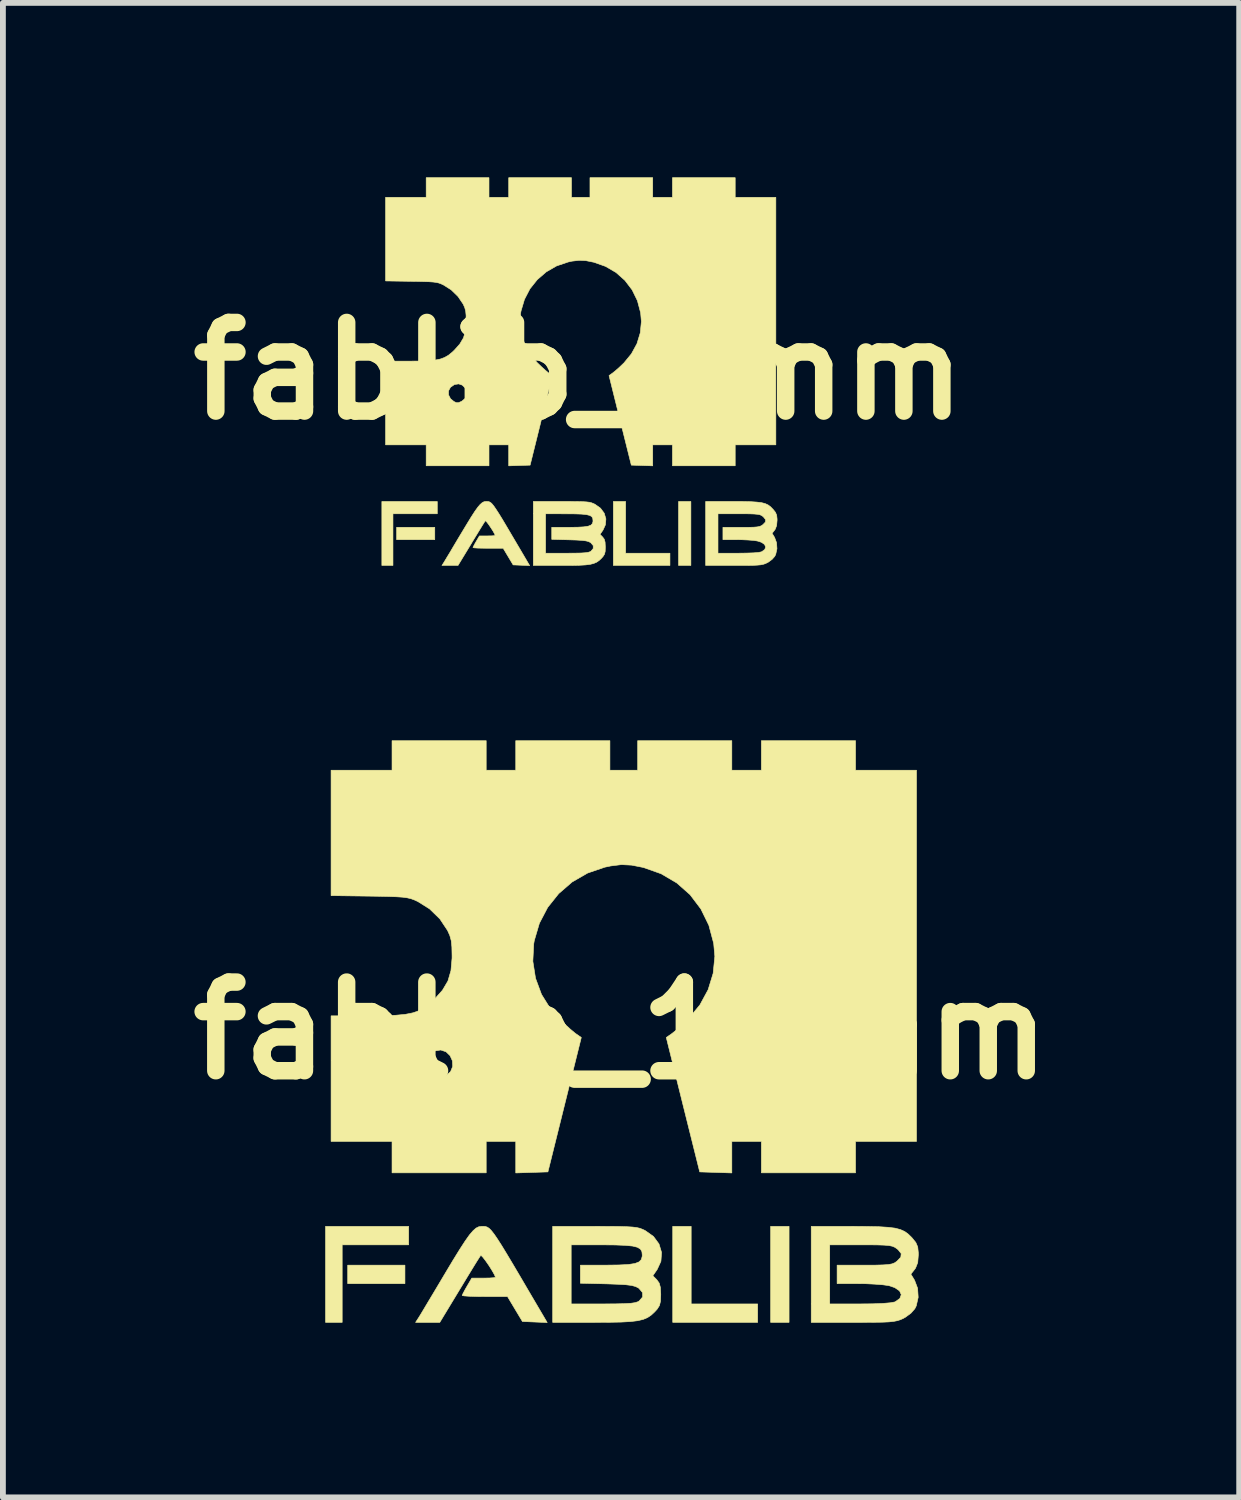
<source format=kicad_pcb>
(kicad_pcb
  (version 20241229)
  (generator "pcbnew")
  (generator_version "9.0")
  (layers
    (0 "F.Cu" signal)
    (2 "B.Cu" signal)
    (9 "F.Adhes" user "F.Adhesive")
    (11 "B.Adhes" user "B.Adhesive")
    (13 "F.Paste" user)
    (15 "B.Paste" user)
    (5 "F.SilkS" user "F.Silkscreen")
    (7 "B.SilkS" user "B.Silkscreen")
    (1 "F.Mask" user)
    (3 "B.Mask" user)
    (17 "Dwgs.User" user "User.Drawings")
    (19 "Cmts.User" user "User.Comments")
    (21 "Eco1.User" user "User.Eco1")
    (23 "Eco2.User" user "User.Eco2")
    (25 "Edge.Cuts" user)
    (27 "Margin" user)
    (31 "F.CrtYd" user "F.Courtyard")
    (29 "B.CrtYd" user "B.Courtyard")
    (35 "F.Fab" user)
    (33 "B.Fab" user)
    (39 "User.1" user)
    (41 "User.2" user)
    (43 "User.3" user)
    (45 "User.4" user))
  (footprint "fablib_7mm"
    (layer "F.Cu")
    (at 6.902 3.328)
    (property "Reference" "fablib_7mm" (at 0 0 0) (layer "F.SilkS") (effects (font (size 1.524 1.524) (thickness 0.3))))
    (attr through_hole)
    (fp_poly (pts (xy -2.477 2.9) (xy -3.133 2.9) (xy -3.133 2.688) (xy -2.477 2.688) (xy -2.477 2.9)) (stroke (width 0.01) (type solid)) (fill yes) (layer "F.SilkS"))
    (fp_poly (pts (xy 1.926 3.344) (xy 1.714 3.344) (xy 1.714 2.244) (xy 1.926 2.244) (xy 1.926 3.344)) (stroke (width 0.01) (type solid)) (fill yes) (layer "F.SilkS"))
    (fp_poly (pts (xy -2.434 2.455) (xy -3.196 2.455) (xy -3.196 3.344) (xy -3.387 3.344) (xy -3.387 2.244) (xy -2.434 2.244) (xy -2.434 2.455)) (stroke (width 0.01) (type solid)) (fill yes) (layer "F.SilkS"))
    (fp_poly (pts (xy 0.804 3.133) (xy 1.566 3.133) (xy 1.566 3.344) (xy 0.593 3.344) (xy 0.593 2.244) (xy 0.804 2.244) (xy 0.804 3.133)) (stroke (width 0.01) (type solid)) (fill yes) (layer "F.SilkS"))
    (fp_poly (pts (xy -1.554 2.245) (xy -1.534 2.252) (xy -1.512 2.266) (xy -1.487 2.291) (xy -1.457 2.329) (xy -1.419 2.385) (xy -1.371 2.459) (xy -1.311 2.557) (xy -1.238 2.68) (xy -1.149 2.831) (xy -1.041 3.014) (xy -0.955 3.16) (xy -0.846 3.346) (xy -1.13 3.334) (xy -1.301 3.048) (xy -1.561 3.048) (xy -1.66 3.047) (xy -1.742 3.045) (xy -1.798 3.041) (xy -1.82 3.036) (xy -1.82 3.036) (xy -1.81 3.012) (xy -1.785 2.965) (xy -1.765 2.93) (xy -1.71 2.836) (xy -1.575 2.836) (xy -1.505 2.835) (xy -1.457 2.832) (xy -1.439 2.827) (xy -1.45 2.799) (xy -1.476 2.752) (xy -1.512 2.696) (xy -1.55 2.64) (xy -1.583 2.597) (xy -1.605 2.576) (xy -1.608 2.576) (xy -1.623 2.598) (xy -1.657 2.652) (xy -1.705 2.73) (xy -1.764 2.827) (xy -1.832 2.938) (xy -1.85 2.969) (xy -2.078 3.344) (xy -2.354 3.344) (xy -2.324 3.297) (xy -2.305 3.266) (xy -2.268 3.204) (xy -2.215 3.117) (xy -2.152 3.01) (xy -2.08 2.889) (xy -2.023 2.794) (xy -1.927 2.635) (xy -1.85 2.509) (xy -1.788 2.413) (xy -1.737 2.342) (xy -1.696 2.294) (xy -1.661 2.264) (xy -1.63 2.248) (xy -1.6 2.244) (xy -1.599 2.244) (xy -1.575 2.244) (xy -1.554 2.245)) (stroke (width 0.01) (type solid)) (fill yes) (layer "F.SilkS"))
    (fp_poly (pts (xy -0.145 2.244) (xy -0.025 2.245) (xy 0.065 2.247) (xy 0.131 2.251) (xy 0.18 2.257) (xy 0.217 2.266) (xy 0.25 2.279) (xy 0.276 2.291) (xy 0.372 2.359) (xy 0.436 2.445) (xy 0.465 2.543) (xy 0.457 2.644) (xy 0.415 2.736) (xy 0.364 2.81) (xy 0.41 2.856) (xy 0.437 2.893) (xy 0.451 2.943) (xy 0.455 3.021) (xy 0.455 3.026) (xy 0.453 3.101) (xy 0.441 3.15) (xy 0.414 3.192) (xy 0.385 3.224) (xy 0.346 3.26) (xy 0.305 3.288) (xy 0.256 3.309) (xy 0.193 3.325) (xy 0.11 3.335) (xy 0.002 3.341) (xy -0.137 3.344) (xy -0.312 3.344) (xy -0.315 3.344) (xy -0.783 3.344) (xy -0.783 3.133) (xy -0.572 3.133) (xy -0.206 3.133) (xy -0.066 3.132) (xy 0.037 3.13) (xy 0.111 3.125) (xy 0.161 3.118) (xy 0.194 3.107) (xy 0.207 3.1) (xy 0.247 3.053) (xy 0.247 3.002) (xy 0.206 2.954) (xy 0.197 2.948) (xy 0.165 2.932) (xy 0.12 2.921) (xy 0.055 2.913) (xy -0.038 2.907) (xy -0.163 2.903) (xy -0.466 2.895) (xy -0.466 2.688) (xy -0.164 2.688) (xy -0.021 2.686) (xy 0.085 2.68) (xy 0.159 2.669) (xy 0.207 2.651) (xy 0.233 2.624) (xy 0.243 2.588) (xy 0.243 2.572) (xy 0.239 2.533) (xy 0.222 2.504) (xy 0.189 2.484) (xy 0.133 2.47) (xy 0.049 2.461) (xy -0.066 2.457) (xy -0.217 2.456) (xy -0.572 2.455) (xy -0.572 3.133) (xy -0.783 3.133) (xy -0.783 2.244) (xy -0.301 2.244) (xy -0.145 2.244)) (stroke (width 0.01) (type solid)) (fill yes) (layer "F.SilkS"))
    (fp_poly (pts (xy 2.813 2.244) (xy 2.951 2.247) (xy 3.058 2.254) (xy 3.141 2.264) (xy 3.203 2.28) (xy 3.253 2.303) (xy 3.294 2.333) (xy 3.332 2.372) (xy 3.335 2.374) (xy 3.379 2.429) (xy 3.401 2.479) (xy 3.408 2.544) (xy 3.408 2.569) (xy 3.4 2.658) (xy 3.376 2.721) (xy 3.365 2.737) (xy 3.322 2.791) (xy 3.365 2.861) (xy 3.399 2.953) (xy 3.406 3.057) (xy 3.384 3.155) (xy 3.367 3.188) (xy 3.323 3.238) (xy 3.26 3.285) (xy 3.234 3.299) (xy 3.201 3.314) (xy 3.167 3.325) (xy 3.125 3.333) (xy 3.07 3.338) (xy 2.994 3.342) (xy 2.893 3.344) (xy 2.759 3.344) (xy 2.66 3.344) (xy 2.18 3.344) (xy 2.18 2.455) (xy 2.392 2.455) (xy 2.392 3.133) (xy 2.74 3.133) (xy 2.884 3.131) (xy 3.002 3.127) (xy 3.088 3.12) (xy 3.137 3.11) (xy 3.141 3.109) (xy 3.196 3.07) (xy 3.212 3.026) (xy 3.192 2.982) (xy 3.138 2.945) (xy 3.068 2.923) (xy 3.002 2.913) (xy 2.908 2.906) (xy 2.799 2.901) (xy 2.719 2.9) (xy 2.477 2.9) (xy 2.477 2.688) (xy 2.791 2.688) (xy 2.915 2.688) (xy 3.003 2.686) (xy 3.065 2.681) (xy 3.107 2.673) (xy 3.137 2.661) (xy 3.162 2.644) (xy 3.207 2.598) (xy 3.211 2.556) (xy 3.175 2.511) (xy 3.162 2.499) (xy 3.138 2.483) (xy 3.11 2.471) (xy 3.071 2.464) (xy 3.014 2.459) (xy 2.932 2.456) (xy 2.818 2.455) (xy 2.749 2.455) (xy 2.392 2.455) (xy 2.18 2.455) (xy 2.18 2.244) (xy 2.638 2.244) (xy 2.813 2.244)) (stroke (width 0.01) (type solid)) (fill yes) (layer "F.SilkS"))
    (fp_poly (pts (xy -1.545 -2.985) (xy -1.206 -2.985) (xy -1.206 -3.323) (xy -0.127 -3.323) (xy -0.127 -2.985) (xy 0.191 -2.985) (xy 0.191 -3.323) (xy 1.27 -3.323) (xy 1.27 -2.985) (xy 1.609 -2.985) (xy 1.609 -3.323) (xy 2.688 -3.323) (xy 2.688 -2.985) (xy 3.387 -2.985) (xy 3.387 1.27) (xy 2.688 1.27) (xy 2.688 1.63) (xy 1.609 1.63) (xy 1.609 1.27) (xy 1.27 1.27) (xy 1.27 1.631) (xy 0.902 1.619) (xy 0.71 0.849) (xy 0.519 0.079) (xy 0.582 0.034) (xy 0.627 -0.002) (xy 0.69 -0.057) (xy 0.758 -0.122) (xy 0.775 -0.138) (xy 0.904 -0.295) (xy 0.999 -0.469) (xy 1.056 -0.656) (xy 1.075 -0.85) (xy 1.062 -1) (xy 1.007 -1.208) (xy 0.916 -1.394) (xy 0.792 -1.557) (xy 0.639 -1.693) (xy 0.459 -1.798) (xy 0.256 -1.87) (xy 0.253 -1.87) (xy 0.12 -1.897) (xy 0.004 -1.902) (xy -0.118 -1.888) (xy -0.185 -1.873) (xy -0.383 -1.806) (xy -0.56 -1.704) (xy -0.714 -1.571) (xy -0.841 -1.412) (xy -0.935 -1.231) (xy -0.994 -1.033) (xy -1.001 -0.994) (xy -1.011 -0.795) (xy -0.98 -0.6) (xy -0.911 -0.415) (xy -0.805 -0.245) (xy -0.716 -0.143) (xy -0.647 -0.077) (xy -0.581 -0.017) (xy -0.53 0.026) (xy -0.519 0.034) (xy -0.455 0.079) (xy -0.647 0.849) (xy -0.838 1.619) (xy -1.022 1.625) (xy -1.206 1.631) (xy -1.206 1.27) (xy -1.545 1.27) (xy -1.545 1.63) (xy -2.625 1.63) (xy -2.625 1.27) (xy -3.323 1.27) (xy -3.323 0.342) (xy -2.241 0.342) (xy -2.24 0.412) (xy -2.206 0.478) (xy -2.148 0.525) (xy -2.107 0.545) (xy -2.072 0.546) (xy -2.025 0.526) (xy -2.01 0.518) (xy -1.954 0.471) (xy -1.929 0.41) (xy -1.933 0.346) (xy -1.959 0.287) (xy -2.005 0.243) (xy -2.066 0.222) (xy -2.138 0.233) (xy -2.14 0.234) (xy -2.207 0.28) (xy -2.241 0.342) (xy -3.323 0.342) (xy -3.323 -0.169) (xy -2.901 -0.169) (xy -2.724 -0.171) (xy -2.583 -0.176) (xy -2.471 -0.187) (xy -2.382 -0.205) (xy -2.309 -0.232) (xy -2.244 -0.269) (xy -2.183 -0.318) (xy -2.142 -0.356) (xy -2.047 -0.463) (xy -1.984 -0.569) (xy -1.949 -0.688) (xy -1.937 -0.831) (xy -1.937 -0.857) (xy -1.939 -0.958) (xy -1.946 -1.031) (xy -1.962 -1.089) (xy -1.988 -1.148) (xy -2.077 -1.28) (xy -2.195 -1.395) (xy -2.328 -1.479) (xy -2.369 -1.498) (xy -2.407 -1.512) (xy -2.45 -1.522) (xy -2.503 -1.529) (xy -2.574 -1.534) (xy -2.67 -1.537) (xy -2.798 -1.54) (xy -2.884 -1.541) (xy -3.323 -1.548) (xy -3.323 -2.985) (xy -2.625 -2.985) (xy -2.625 -3.323) (xy -1.545 -3.323) (xy -1.545 -2.985)) (stroke (width 0.01) (type solid)) (fill yes) (layer "F.SilkS")))
  (footprint "fablib_10mm"
    (layer "F.Cu")
    (at 7.627 14.669)
    (property "Reference" "fablib_10mm" (at 0 0 0) (layer "F.SilkS") (effects (font (size 1.524 1.524) (thickness 0.3))))
    (attr through_hole)
    (fp_poly (pts (xy -3.715 4.35) (xy -4.699 4.35) (xy -4.699 4.032) (xy -3.715 4.032) (xy -3.715 4.35)) (stroke (width 0.01) (type solid)) (fill yes) (layer "F.SilkS"))
    (fp_poly (pts (xy 2.889 5.016) (xy 2.572 5.016) (xy 2.572 3.365) (xy 2.889 3.365) (xy 2.889 5.016)) (stroke (width 0.01) (type solid)) (fill yes) (layer "F.SilkS"))
    (fp_poly (pts (xy -3.651 3.683) (xy -4.794 3.683) (xy -4.794 5.016) (xy -5.08 5.016) (xy -5.08 3.365) (xy -3.651 3.365) (xy -3.651 3.683)) (stroke (width 0.01) (type solid)) (fill yes) (layer "F.SilkS"))
    (fp_poly (pts (xy 1.206 4.699) (xy 2.349 4.699) (xy 2.349 5.016) (xy 0.889 5.016) (xy 0.889 3.365) (xy 1.206 3.365) (xy 1.206 4.699)) (stroke (width 0.01) (type solid)) (fill yes) (layer "F.SilkS"))
    (fp_poly (pts (xy -2.331 3.368) (xy -2.301 3.378) (xy -2.268 3.399) (xy -2.231 3.436) (xy -2.185 3.494) (xy -2.128 3.577) (xy -2.056 3.689) (xy -1.967 3.835) (xy -1.857 4.019) (xy -1.723 4.246) (xy -1.562 4.521) (xy -1.433 4.74) (xy -1.269 5.019) (xy -1.482 5.01) (xy -1.695 5.001) (xy -1.824 4.786) (xy -1.952 4.572) (xy -2.341 4.572) (xy -2.49 4.571) (xy -2.613 4.567) (xy -2.697 4.561) (xy -2.73 4.554) (xy -2.731 4.554) (xy -2.716 4.518) (xy -2.678 4.447) (xy -2.648 4.395) (xy -2.566 4.255) (xy -2.362 4.255) (xy -2.258 4.253) (xy -2.185 4.248) (xy -2.159 4.241) (xy -2.175 4.199) (xy -2.215 4.128) (xy -2.268 4.043) (xy -2.325 3.961) (xy -2.375 3.896) (xy -2.407 3.864) (xy -2.412 3.864) (xy -2.435 3.898) (xy -2.485 3.977) (xy -2.557 4.094) (xy -2.646 4.24) (xy -2.747 4.407) (xy -2.775 4.453) (xy -3.116 5.016) (xy -3.532 5.016) (xy -3.486 4.945) (xy -3.457 4.899) (xy -3.401 4.806) (xy -3.323 4.675) (xy -3.227 4.515) (xy -3.119 4.334) (xy -3.034 4.191) (xy -2.891 3.952) (xy -2.775 3.764) (xy -2.681 3.619) (xy -2.606 3.513) (xy -2.544 3.441) (xy -2.492 3.395) (xy -2.445 3.372) (xy -2.4 3.366) (xy -2.398 3.365) (xy -2.362 3.365) (xy -2.331 3.368)) (stroke (width 0.01) (type solid)) (fill yes) (layer "F.SilkS"))
    (fp_poly (pts (xy -0.217 3.366) (xy -0.037 3.367) (xy 0.098 3.371) (xy 0.197 3.377) (xy 0.27 3.386) (xy 0.326 3.399) (xy 0.374 3.418) (xy 0.414 3.437) (xy 0.558 3.539) (xy 0.653 3.668) (xy 0.697 3.814) (xy 0.686 3.966) (xy 0.623 4.104) (xy 0.547 4.215) (xy 0.615 4.283) (xy 0.656 4.34) (xy 0.677 4.415) (xy 0.683 4.532) (xy 0.683 4.539) (xy 0.679 4.651) (xy 0.661 4.726) (xy 0.621 4.789) (xy 0.578 4.836) (xy 0.52 4.89) (xy 0.458 4.932) (xy 0.384 4.964) (xy 0.289 4.987) (xy 0.165 5.002) (xy 0.003 5.011) (xy -0.205 5.015) (xy -0.468 5.016) (xy -0.472 5.016) (xy -1.175 5.016) (xy -1.175 4.699) (xy -0.857 4.699) (xy -0.309 4.699) (xy -0.099 4.698) (xy 0.056 4.694) (xy 0.167 4.688) (xy 0.242 4.677) (xy 0.291 4.661) (xy 0.31 4.65) (xy 0.371 4.58) (xy 0.37 4.504) (xy 0.309 4.432) (xy 0.296 4.422) (xy 0.248 4.399) (xy 0.181 4.381) (xy 0.083 4.369) (xy -0.056 4.361) (xy -0.244 4.354) (xy -0.699 4.343) (xy -0.699 4.032) (xy -0.246 4.032) (xy -0.032 4.029) (xy 0.127 4.021) (xy 0.239 4.004) (xy 0.31 3.976) (xy 0.349 3.936) (xy 0.364 3.881) (xy 0.365 3.858) (xy 0.359 3.8) (xy 0.334 3.757) (xy 0.283 3.725) (xy 0.199 3.704) (xy 0.074 3.692) (xy -0.099 3.685) (xy -0.325 3.683) (xy -0.857 3.683) (xy -0.857 4.699) (xy -1.175 4.699) (xy -1.175 3.365) (xy -0.451 3.365) (xy -0.217 3.366)) (stroke (width 0.01) (type solid)) (fill yes) (layer "F.SilkS"))
    (fp_poly (pts (xy 4.219 3.367) (xy 4.427 3.371) (xy 4.588 3.381) (xy 4.711 3.396) (xy 4.805 3.421) (xy 4.879 3.455) (xy 4.94 3.5) (xy 4.999 3.558) (xy 5.002 3.561) (xy 5.069 3.644) (xy 5.101 3.719) (xy 5.111 3.816) (xy 5.112 3.853) (xy 5.101 3.988) (xy 5.064 4.082) (xy 5.048 4.105) (xy 4.983 4.187) (xy 5.047 4.292) (xy 5.099 4.43) (xy 5.109 4.585) (xy 5.076 4.732) (xy 5.051 4.782) (xy 4.985 4.857) (xy 4.89 4.927) (xy 4.851 4.949) (xy 4.801 4.971) (xy 4.75 4.987) (xy 4.688 4.999) (xy 4.605 5.008) (xy 4.492 5.013) (xy 4.339 5.015) (xy 4.138 5.016) (xy 3.99 5.016) (xy 3.27 5.016) (xy 3.27 3.683) (xy 3.588 3.683) (xy 3.588 4.699) (xy 4.11 4.699) (xy 4.326 4.697) (xy 4.502 4.69) (xy 4.631 4.679) (xy 4.706 4.665) (xy 4.712 4.663) (xy 4.794 4.605) (xy 4.818 4.539) (xy 4.788 4.474) (xy 4.706 4.418) (xy 4.603 4.384) (xy 4.503 4.37) (xy 4.362 4.359) (xy 4.199 4.351) (xy 4.078 4.35) (xy 3.715 4.35) (xy 3.715 4.032) (xy 4.187 4.032) (xy 4.372 4.032) (xy 4.505 4.028) (xy 4.598 4.022) (xy 4.66 4.01) (xy 4.705 3.992) (xy 4.742 3.966) (xy 4.81 3.896) (xy 4.817 3.833) (xy 4.763 3.766) (xy 4.742 3.749) (xy 4.707 3.725) (xy 4.665 3.707) (xy 4.607 3.695) (xy 4.521 3.688) (xy 4.398 3.684) (xy 4.227 3.683) (xy 4.123 3.683) (xy 3.588 3.683) (xy 3.27 3.683) (xy 3.27 3.365) (xy 3.957 3.365) (xy 4.219 3.367)) (stroke (width 0.01) (type solid)) (fill yes) (layer "F.SilkS"))
    (fp_poly (pts (xy -2.318 -4.477) (xy -1.81 -4.477) (xy -1.81 -4.985) (xy -0.191 -4.985) (xy -0.191 -4.477) (xy 0.286 -4.477) (xy 0.286 -4.985) (xy 1.905 -4.985) (xy 1.905 -4.477) (xy 2.413 -4.477) (xy 2.413 -4.985) (xy 4.032 -4.985) (xy 4.032 -4.477) (xy 5.08 -4.477) (xy 5.08 1.905) (xy 4.032 1.905) (xy 4.032 2.445) (xy 2.413 2.445) (xy 2.413 1.905) (xy 1.905 1.905) (xy 1.905 2.176) (xy 1.905 2.447) (xy 1.629 2.438) (xy 1.353 2.429) (xy 1.065 1.274) (xy 0.778 0.118) (xy 0.873 0.052) (xy 0.941 -0.002) (xy 1.035 -0.086) (xy 1.138 -0.183) (xy 1.162 -0.207) (xy 1.356 -0.442) (xy 1.498 -0.704) (xy 1.584 -0.985) (xy 1.613 -1.276) (xy 1.593 -1.5) (xy 1.51 -1.811) (xy 1.373 -2.091) (xy 1.188 -2.336) (xy 0.958 -2.539) (xy 0.689 -2.697) (xy 0.384 -2.805) (xy 0.379 -2.806) (xy 0.181 -2.845) (xy 0.006 -2.854) (xy -0.177 -2.831) (xy -0.278 -2.81) (xy -0.574 -2.709) (xy -0.841 -2.555) (xy -1.071 -2.356) (xy -1.261 -2.118) (xy -1.403 -1.847) (xy -1.491 -1.549) (xy -1.501 -1.491) (xy -1.516 -1.192) (xy -1.47 -0.9) (xy -1.367 -0.622) (xy -1.208 -0.367) (xy -1.074 -0.215) (xy -0.97 -0.115) (xy -0.872 -0.025) (xy -0.795 0.039) (xy -0.778 0.052) (xy -0.683 0.118) (xy -1.257 2.429) (xy -1.534 2.438) (xy -1.81 2.447) (xy -1.81 2.176) (xy -1.81 1.905) (xy -2.318 1.905) (xy -2.318 2.445) (xy -3.937 2.445) (xy -3.937 1.905) (xy -4.985 1.905) (xy -4.985 0.514) (xy -3.361 0.514) (xy -3.36 0.617) (xy -3.309 0.717) (xy -3.223 0.787) (xy -3.16 0.817) (xy -3.109 0.818) (xy -3.038 0.789) (xy -3.015 0.777) (xy -2.931 0.706) (xy -2.894 0.616) (xy -2.899 0.519) (xy -2.939 0.431) (xy -3.008 0.364) (xy -3.099 0.333) (xy -3.208 0.35) (xy -3.21 0.351) (xy -3.311 0.42) (xy -3.361 0.514) (xy -4.985 0.514) (xy -4.985 -0.254) (xy -4.351 -0.254) (xy -4.086 -0.256) (xy -3.875 -0.264) (xy -3.707 -0.28) (xy -3.573 -0.307) (xy -3.463 -0.347) (xy -3.367 -0.403) (xy -3.274 -0.477) (xy -3.213 -0.534) (xy -3.07 -0.694) (xy -2.976 -0.853) (xy -2.924 -1.031) (xy -2.905 -1.246) (xy -2.905 -1.286) (xy -2.908 -1.437) (xy -2.919 -1.546) (xy -2.943 -1.634) (xy -2.982 -1.721) (xy -3.115 -1.921) (xy -3.292 -2.093) (xy -3.493 -2.219) (xy -3.554 -2.247) (xy -3.611 -2.268) (xy -3.675 -2.283) (xy -3.755 -2.294) (xy -3.861 -2.301) (xy -4.005 -2.306) (xy -4.197 -2.31) (xy -4.326 -2.312) (xy -4.985 -2.321) (xy -4.985 -4.477) (xy -3.937 -4.477) (xy -3.937 -4.985) (xy -2.318 -4.985) (xy -2.318 -4.477)) (stroke (width 0.01) (type solid)) (fill yes) (layer "F.SilkS")))
  (gr_rect
    (start -3 -3)
    (end 18.255 22.694)
    (stroke (width 0.1) (type default))
    (fill no)
    (layer "Edge.Cuts")))
</source>
